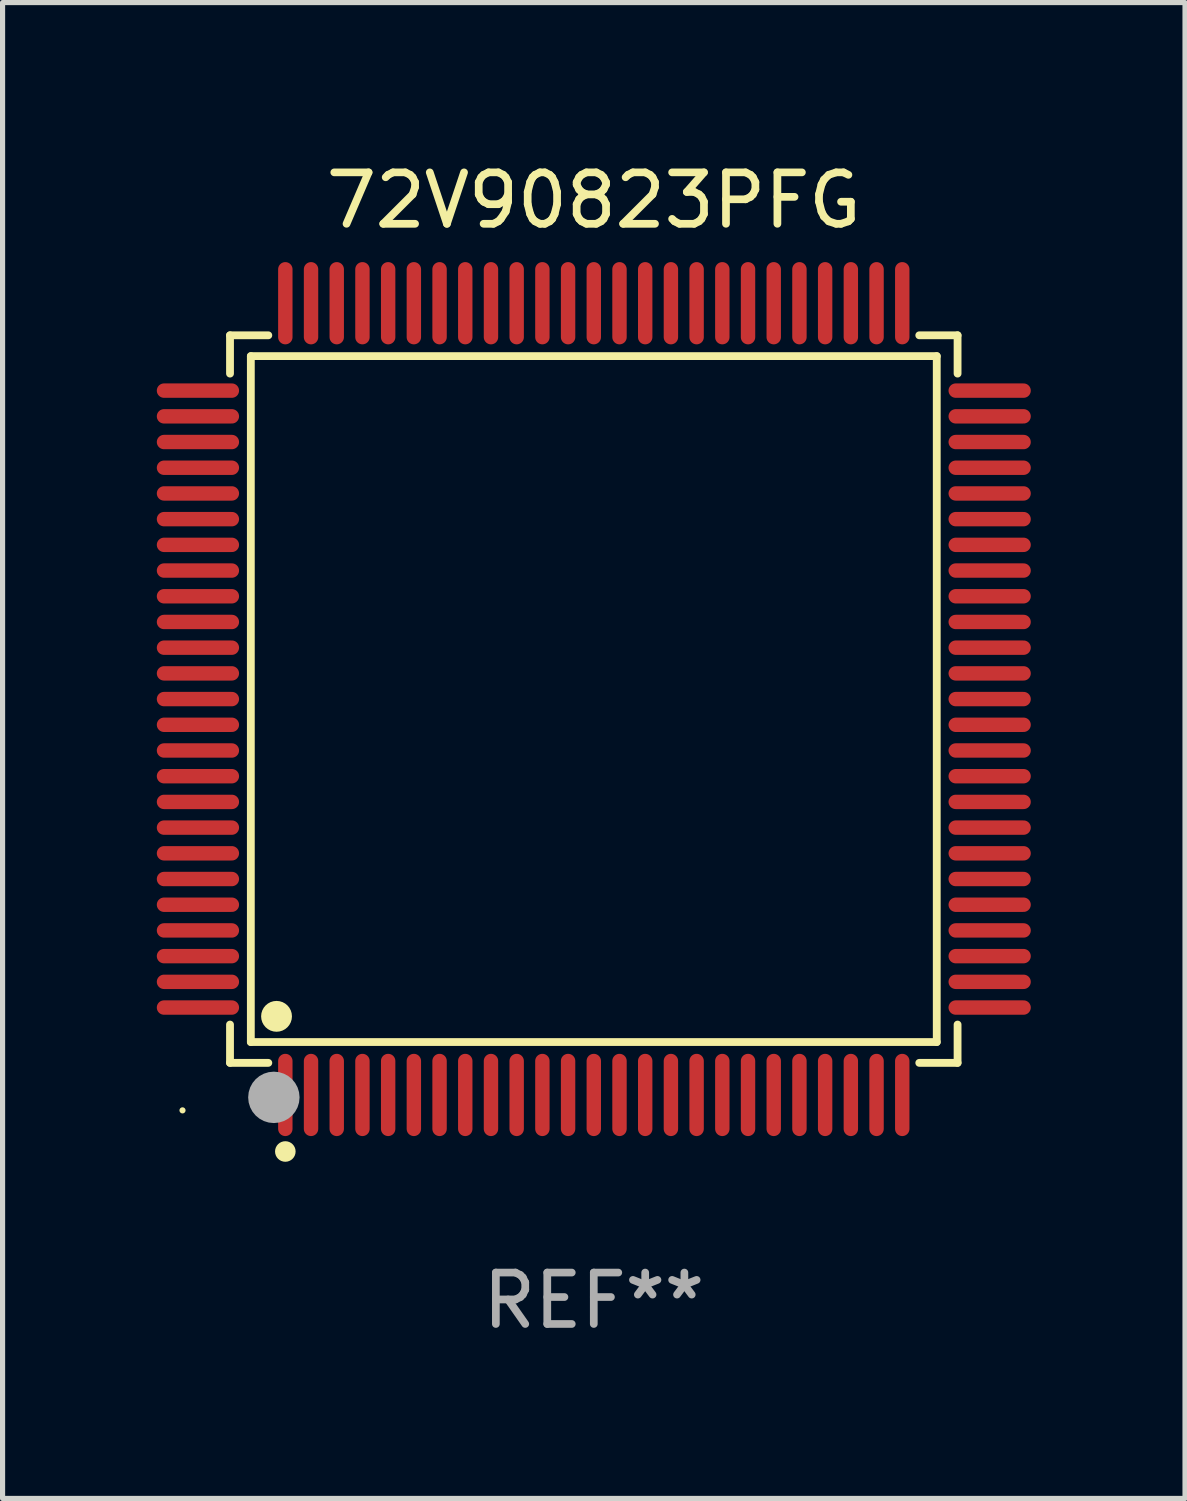
<source format=kicad_pcb>
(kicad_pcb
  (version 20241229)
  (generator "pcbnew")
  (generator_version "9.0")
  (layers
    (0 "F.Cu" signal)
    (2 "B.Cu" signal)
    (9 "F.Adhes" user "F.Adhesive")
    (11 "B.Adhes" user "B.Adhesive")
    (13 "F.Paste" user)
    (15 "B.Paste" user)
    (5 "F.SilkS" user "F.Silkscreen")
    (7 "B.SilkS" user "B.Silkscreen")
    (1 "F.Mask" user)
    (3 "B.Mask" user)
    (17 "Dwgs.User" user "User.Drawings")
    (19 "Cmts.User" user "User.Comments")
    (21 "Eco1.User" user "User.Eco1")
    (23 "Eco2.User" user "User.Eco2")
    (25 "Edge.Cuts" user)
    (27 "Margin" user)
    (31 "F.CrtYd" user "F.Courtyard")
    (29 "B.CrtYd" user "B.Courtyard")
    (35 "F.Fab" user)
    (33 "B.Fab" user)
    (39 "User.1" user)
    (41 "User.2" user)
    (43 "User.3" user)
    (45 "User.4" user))
  (footprint "72V90823PFG"
    (layer "F.Cu")
    (at 8.5 10.548)
    (property "Reference" "72V90823PFG" (at 0 -9.7 0) (layer "F.SilkS") (effects (font (size 1 1) (thickness 0.15))))
    (attr through_hole)
    (fp_line (start -7.076 -7.076) (end -6.331 -7.076) (stroke (width 0.152) (type solid)) (layer "F.SilkS"))
    (fp_line (start -7.076 -6.331) (end -7.076 -7.076) (stroke (width 0.152) (type solid)) (layer "F.SilkS"))
    (fp_line (start -7.076 6.331) (end -7.076 7.076) (stroke (width 0.152) (type solid)) (layer "F.SilkS"))
    (fp_line (start -7.076 7.076) (end -6.331 7.076) (stroke (width 0.152) (type solid)) (layer "F.SilkS"))
    (fp_line (start -6.671 -6.671) (end 6.671 -6.671) (stroke (width 0.152) (type solid)) (layer "F.SilkS"))
    (fp_line (start -6.671 6.671) (end -6.671 -6.671) (stroke (width 0.152) (type solid)) (layer "F.SilkS"))
    (fp_line (start 6.671 -6.671) (end 6.671 6.671) (stroke (width 0.152) (type solid)) (layer "F.SilkS"))
    (fp_line (start 6.671 6.671) (end -6.671 6.671) (stroke (width 0.152) (type solid)) (layer "F.SilkS"))
    (fp_line (start 7.076 -7.076) (end 6.331 -7.076) (stroke (width 0.152) (type solid)) (layer "F.SilkS"))
    (fp_line (start 7.076 -6.331) (end 7.076 -7.076) (stroke (width 0.152) (type solid)) (layer "F.SilkS"))
    (fp_line (start 7.076 6.331) (end 7.076 7.076) (stroke (width 0.152) (type solid)) (layer "F.SilkS"))
    (fp_line (start 7.076 7.076) (end 6.331 7.076) (stroke (width 0.152) (type solid)) (layer "F.SilkS"))
    (fp_circle (center -8 8) (end -7.97 8) (stroke (width 0.06) (type solid)) (fill no) (layer "F.SilkS"))
    (fp_circle (center -6.171 6.171) (end -6.021 6.171) (stroke (width 0.3) (type solid)) (fill no) (layer "F.SilkS"))
    (fp_circle (center -6 8.8) (end -5.9 8.8) (stroke (width 0.2) (type solid)) (fill no) (layer "F.SilkS"))
    (fp_circle (center -6.223 7.747) (end -5.973 7.747) (stroke (width 0.5) (type solid)) (fill no) (layer "F.Fab"))
    (fp_text user "REF**" (at 0 11.7 0) (layer "F.Fab") (effects (font (size 1 1) (thickness 0.15))))
    (pad "1" smd oval (at -6 7.7) (size 0.28 1.6) (layers "F.Cu" "F.Mask" "F.Paste"))
    (pad "2" smd oval (at -5.5 7.7) (size 0.28 1.6) (layers "F.Cu" "F.Mask" "F.Paste"))
    (pad "3" smd oval (at -5 7.7) (size 0.28 1.6) (layers "F.Cu" "F.Mask" "F.Paste"))
    (pad "4" smd oval (at -4.5 7.7) (size 0.28 1.6) (layers "F.Cu" "F.Mask" "F.Paste"))
    (pad "5" smd oval (at -4 7.7) (size 0.28 1.6) (layers "F.Cu" "F.Mask" "F.Paste"))
    (pad "6" smd oval (at -3.5 7.7) (size 0.28 1.6) (layers "F.Cu" "F.Mask" "F.Paste"))
    (pad "7" smd oval (at -3 7.7) (size 0.28 1.6) (layers "F.Cu" "F.Mask" "F.Paste"))
    (pad "8" smd oval (at -2.5 7.7) (size 0.28 1.6) (layers "F.Cu" "F.Mask" "F.Paste"))
    (pad "9" smd oval (at -2 7.7) (size 0.28 1.6) (layers "F.Cu" "F.Mask" "F.Paste"))
    (pad "10" smd oval (at -1.5 7.7) (size 0.28 1.6) (layers "F.Cu" "F.Mask" "F.Paste"))
    (pad "11" smd oval (at -1 7.7) (size 0.28 1.6) (layers "F.Cu" "F.Mask" "F.Paste"))
    (pad "12" smd oval (at -0.5 7.7) (size 0.28 1.6) (layers "F.Cu" "F.Mask" "F.Paste"))
    (pad "13" smd oval (at 0 7.7) (size 0.28 1.6) (layers "F.Cu" "F.Mask" "F.Paste"))
    (pad "14" smd oval (at 0.5 7.7) (size 0.28 1.6) (layers "F.Cu" "F.Mask" "F.Paste"))
    (pad "15" smd oval (at 1 7.7) (size 0.28 1.6) (layers "F.Cu" "F.Mask" "F.Paste"))
    (pad "16" smd oval (at 1.5 7.7) (size 0.28 1.6) (layers "F.Cu" "F.Mask" "F.Paste"))
    (pad "17" smd oval (at 2 7.7) (size 0.28 1.6) (layers "F.Cu" "F.Mask" "F.Paste"))
    (pad "18" smd oval (at 2.5 7.7) (size 0.28 1.6) (layers "F.Cu" "F.Mask" "F.Paste"))
    (pad "19" smd oval (at 3 7.7) (size 0.28 1.6) (layers "F.Cu" "F.Mask" "F.Paste"))
    (pad "20" smd oval (at 3.5 7.7) (size 0.28 1.6) (layers "F.Cu" "F.Mask" "F.Paste"))
    (pad "21" smd oval (at 4 7.7) (size 0.28 1.6) (layers "F.Cu" "F.Mask" "F.Paste"))
    (pad "22" smd oval (at 4.5 7.7) (size 0.28 1.6) (layers "F.Cu" "F.Mask" "F.Paste"))
    (pad "23" smd oval (at 5 7.7) (size 0.28 1.6) (layers "F.Cu" "F.Mask" "F.Paste"))
    (pad "24" smd oval (at 5.5 7.7) (size 0.28 1.6) (layers "F.Cu" "F.Mask" "F.Paste"))
    (pad "25" smd oval (at 6 7.7) (size 0.28 1.6) (layers "F.Cu" "F.Mask" "F.Paste"))
    (pad "26" smd oval (at 7.7 6) (size 1.6 0.28) (layers "F.Cu" "F.Mask" "F.Paste"))
    (pad "27" smd oval (at 7.7 5.5) (size 1.6 0.28) (layers "F.Cu" "F.Mask" "F.Paste"))
    (pad "28" smd oval (at 7.7 5) (size 1.6 0.28) (layers "F.Cu" "F.Mask" "F.Paste"))
    (pad "29" smd oval (at 7.7 4.5) (size 1.6 0.28) (layers "F.Cu" "F.Mask" "F.Paste"))
    (pad "30" smd oval (at 7.7 4) (size 1.6 0.28) (layers "F.Cu" "F.Mask" "F.Paste"))
    (pad "31" smd oval (at 7.7 3.5) (size 1.6 0.28) (layers "F.Cu" "F.Mask" "F.Paste"))
    (pad "32" smd oval (at 7.7 3) (size 1.6 0.28) (layers "F.Cu" "F.Mask" "F.Paste"))
    (pad "33" smd oval (at 7.7 2.5) (size 1.6 0.28) (layers "F.Cu" "F.Mask" "F.Paste"))
    (pad "34" smd oval (at 7.7 2) (size 1.6 0.28) (layers "F.Cu" "F.Mask" "F.Paste"))
    (pad "35" smd oval (at 7.7 1.5) (size 1.6 0.28) (layers "F.Cu" "F.Mask" "F.Paste"))
    (pad "36" smd oval (at 7.7 1) (size 1.6 0.28) (layers "F.Cu" "F.Mask" "F.Paste"))
    (pad "37" smd oval (at 7.7 0.5) (size 1.6 0.28) (layers "F.Cu" "F.Mask" "F.Paste"))
    (pad "38" smd oval (at 7.7 0) (size 1.6 0.28) (layers "F.Cu" "F.Mask" "F.Paste"))
    (pad "39" smd oval (at 7.7 -0.5) (size 1.6 0.28) (layers "F.Cu" "F.Mask" "F.Paste"))
    (pad "40" smd oval (at 7.7 -1) (size 1.6 0.28) (layers "F.Cu" "F.Mask" "F.Paste"))
    (pad "41" smd oval (at 7.7 -1.5) (size 1.6 0.28) (layers "F.Cu" "F.Mask" "F.Paste"))
    (pad "42" smd oval (at 7.7 -2) (size 1.6 0.28) (layers "F.Cu" "F.Mask" "F.Paste"))
    (pad "43" smd oval (at 7.7 -2.5) (size 1.6 0.28) (layers "F.Cu" "F.Mask" "F.Paste"))
    (pad "44" smd oval (at 7.7 -3) (size 1.6 0.28) (layers "F.Cu" "F.Mask" "F.Paste"))
    (pad "45" smd oval (at 7.7 -3.5) (size 1.6 0.28) (layers "F.Cu" "F.Mask" "F.Paste"))
    (pad "46" smd oval (at 7.7 -4) (size 1.6 0.28) (layers "F.Cu" "F.Mask" "F.Paste"))
    (pad "47" smd oval (at 7.7 -4.5) (size 1.6 0.28) (layers "F.Cu" "F.Mask" "F.Paste"))
    (pad "48" smd oval (at 7.7 -5) (size 1.6 0.28) (layers "F.Cu" "F.Mask" "F.Paste"))
    (pad "49" smd oval (at 7.7 -5.5) (size 1.6 0.28) (layers "F.Cu" "F.Mask" "F.Paste"))
    (pad "50" smd oval (at 7.7 -6) (size 1.6 0.28) (layers "F.Cu" "F.Mask" "F.Paste"))
    (pad "51" smd oval (at 6 -7.7) (size 0.28 1.6) (layers "F.Cu" "F.Mask" "F.Paste"))
    (pad "52" smd oval (at 5.5 -7.7) (size 0.28 1.6) (layers "F.Cu" "F.Mask" "F.Paste"))
    (pad "53" smd oval (at 5 -7.7) (size 0.28 1.6) (layers "F.Cu" "F.Mask" "F.Paste"))
    (pad "54" smd oval (at 4.5 -7.7) (size 0.28 1.6) (layers "F.Cu" "F.Mask" "F.Paste"))
    (pad "55" smd oval (at 4 -7.7) (size 0.28 1.6) (layers "F.Cu" "F.Mask" "F.Paste"))
    (pad "56" smd oval (at 3.5 -7.7) (size 0.28 1.6) (layers "F.Cu" "F.Mask" "F.Paste"))
    (pad "57" smd oval (at 3 -7.7) (size 0.28 1.6) (layers "F.Cu" "F.Mask" "F.Paste"))
    (pad "58" smd oval (at 2.5 -7.7) (size 0.28 1.6) (layers "F.Cu" "F.Mask" "F.Paste"))
    (pad "59" smd oval (at 2 -7.7) (size 0.28 1.6) (layers "F.Cu" "F.Mask" "F.Paste"))
    (pad "60" smd oval (at 1.5 -7.7) (size 0.28 1.6) (layers "F.Cu" "F.Mask" "F.Paste"))
    (pad "61" smd oval (at 1 -7.7) (size 0.28 1.6) (layers "F.Cu" "F.Mask" "F.Paste"))
    (pad "62" smd oval (at 0.5 -7.7) (size 0.28 1.6) (layers "F.Cu" "F.Mask" "F.Paste"))
    (pad "63" smd oval (at 0 -7.7) (size 0.28 1.6) (layers "F.Cu" "F.Mask" "F.Paste"))
    (pad "64" smd oval (at -0.5 -7.7) (size 0.28 1.6) (layers "F.Cu" "F.Mask" "F.Paste"))
    (pad "65" smd oval (at -1 -7.7) (size 0.28 1.6) (layers "F.Cu" "F.Mask" "F.Paste"))
    (pad "66" smd oval (at -1.5 -7.7) (size 0.28 1.6) (layers "F.Cu" "F.Mask" "F.Paste"))
    (pad "67" smd oval (at -2 -7.7) (size 0.28 1.6) (layers "F.Cu" "F.Mask" "F.Paste"))
    (pad "68" smd oval (at -2.5 -7.7) (size 0.28 1.6) (layers "F.Cu" "F.Mask" "F.Paste"))
    (pad "69" smd oval (at -3 -7.7) (size 0.28 1.6) (layers "F.Cu" "F.Mask" "F.Paste"))
    (pad "70" smd oval (at -3.5 -7.7) (size 0.28 1.6) (layers "F.Cu" "F.Mask" "F.Paste"))
    (pad "71" smd oval (at -4 -7.7) (size 0.28 1.6) (layers "F.Cu" "F.Mask" "F.Paste"))
    (pad "72" smd oval (at -4.5 -7.7) (size 0.28 1.6) (layers "F.Cu" "F.Mask" "F.Paste"))
    (pad "73" smd oval (at -5 -7.7) (size 0.28 1.6) (layers "F.Cu" "F.Mask" "F.Paste"))
    (pad "74" smd oval (at -5.5 -7.7) (size 0.28 1.6) (layers "F.Cu" "F.Mask" "F.Paste"))
    (pad "75" smd oval (at -6 -7.7) (size 0.28 1.6) (layers "F.Cu" "F.Mask" "F.Paste"))
    (pad "76" smd oval (at -7.7 -6) (size 1.6 0.28) (layers "F.Cu" "F.Mask" "F.Paste"))
    (pad "77" smd oval (at -7.7 -5.5) (size 1.6 0.28) (layers "F.Cu" "F.Mask" "F.Paste"))
    (pad "78" smd oval (at -7.7 -5) (size 1.6 0.28) (layers "F.Cu" "F.Mask" "F.Paste"))
    (pad "79" smd oval (at -7.7 -4.5) (size 1.6 0.28) (layers "F.Cu" "F.Mask" "F.Paste"))
    (pad "80" smd oval (at -7.7 -4) (size 1.6 0.28) (layers "F.Cu" "F.Mask" "F.Paste"))
    (pad "81" smd oval (at -7.7 -3.5) (size 1.6 0.28) (layers "F.Cu" "F.Mask" "F.Paste"))
    (pad "82" smd oval (at -7.7 -3) (size 1.6 0.28) (layers "F.Cu" "F.Mask" "F.Paste"))
    (pad "83" smd oval (at -7.7 -2.5) (size 1.6 0.28) (layers "F.Cu" "F.Mask" "F.Paste"))
    (pad "84" smd oval (at -7.7 -2) (size 1.6 0.28) (layers "F.Cu" "F.Mask" "F.Paste"))
    (pad "85" smd oval (at -7.7 -1.5) (size 1.6 0.28) (layers "F.Cu" "F.Mask" "F.Paste"))
    (pad "86" smd oval (at -7.7 -1) (size 1.6 0.28) (layers "F.Cu" "F.Mask" "F.Paste"))
    (pad "87" smd oval (at -7.7 -0.5) (size 1.6 0.28) (layers "F.Cu" "F.Mask" "F.Paste"))
    (pad "88" smd oval (at -7.7 0) (size 1.6 0.28) (layers "F.Cu" "F.Mask" "F.Paste"))
    (pad "89" smd oval (at -7.7 0.5) (size 1.6 0.28) (layers "F.Cu" "F.Mask" "F.Paste"))
    (pad "90" smd oval (at -7.7 1) (size 1.6 0.28) (layers "F.Cu" "F.Mask" "F.Paste"))
    (pad "91" smd oval (at -7.7 1.5) (size 1.6 0.28) (layers "F.Cu" "F.Mask" "F.Paste"))
    (pad "92" smd oval (at -7.7 2) (size 1.6 0.28) (layers "F.Cu" "F.Mask" "F.Paste"))
    (pad "93" smd oval (at -7.7 2.5) (size 1.6 0.28) (layers "F.Cu" "F.Mask" "F.Paste"))
    (pad "94" smd oval (at -7.7 3) (size 1.6 0.28) (layers "F.Cu" "F.Mask" "F.Paste"))
    (pad "95" smd oval (at -7.7 3.5) (size 1.6 0.28) (layers "F.Cu" "F.Mask" "F.Paste"))
    (pad "96" smd oval (at -7.7 4) (size 1.6 0.28) (layers "F.Cu" "F.Mask" "F.Paste"))
    (pad "97" smd oval (at -7.7 4.5) (size 1.6 0.28) (layers "F.Cu" "F.Mask" "F.Paste"))
    (pad "98" smd oval (at -7.7 5) (size 1.6 0.28) (layers "F.Cu" "F.Mask" "F.Paste"))
    (pad "99" smd oval (at -7.7 5.5) (size 1.6 0.28) (layers "F.Cu" "F.Mask" "F.Paste"))
    (pad "100" smd oval (at -7.7 6) (size 1.6 0.28) (layers "F.Cu" "F.Mask" "F.Paste")))
  (gr_rect
    (start -3 -3)
    (end 20 26.097)
    (stroke (width 0.1) (type default))
    (fill no)
    (layer "Edge.Cuts")))
</source>
